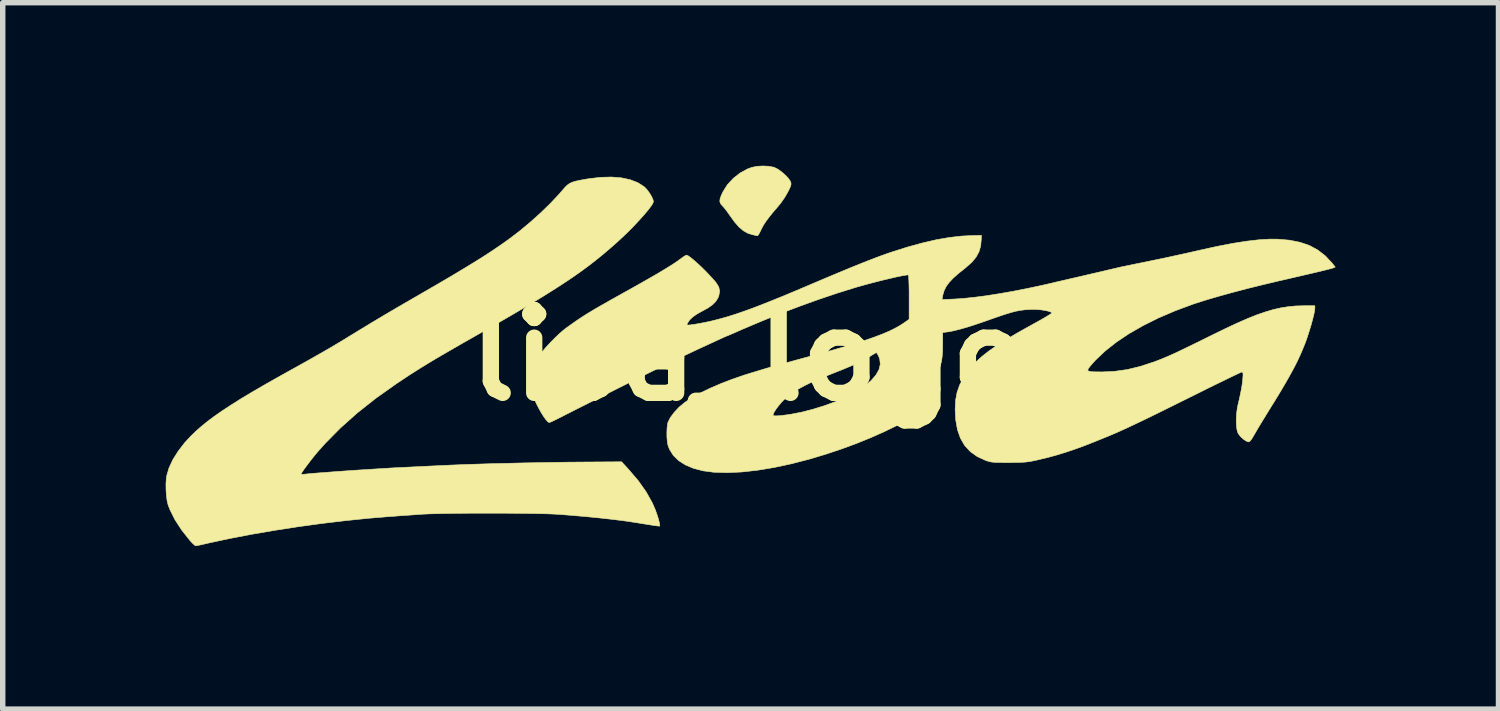
<source format=kicad_pcb>
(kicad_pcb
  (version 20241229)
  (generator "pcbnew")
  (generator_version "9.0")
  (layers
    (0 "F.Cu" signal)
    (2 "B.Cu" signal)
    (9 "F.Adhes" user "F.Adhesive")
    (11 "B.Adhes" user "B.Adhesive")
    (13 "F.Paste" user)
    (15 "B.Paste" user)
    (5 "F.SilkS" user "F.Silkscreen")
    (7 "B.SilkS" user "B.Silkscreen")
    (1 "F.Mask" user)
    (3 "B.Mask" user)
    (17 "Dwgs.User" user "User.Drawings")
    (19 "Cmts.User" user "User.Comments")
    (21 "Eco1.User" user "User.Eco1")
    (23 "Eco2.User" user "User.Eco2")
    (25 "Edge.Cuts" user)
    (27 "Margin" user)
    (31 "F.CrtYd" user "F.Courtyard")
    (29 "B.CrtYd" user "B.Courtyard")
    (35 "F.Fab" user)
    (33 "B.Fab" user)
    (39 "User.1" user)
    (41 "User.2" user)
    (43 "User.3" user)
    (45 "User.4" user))
  (footprint "lisa_logo"
    (layer "F.Cu")
    (at 10.738 3.492)
    (property "Reference" "lisa_logo" (at 0 0 0) (layer "F.SilkS") (effects (font (size 1.524 1.524) (thickness 0.3))))
    (attr through_hole)
    (fp_poly (pts (xy 0.36 -3.482) (xy 0.451 -3.465) (xy 0.464 -3.461) (xy 0.524 -3.431) (xy 0.592 -3.384) (xy 0.659 -3.327) (xy 0.717 -3.267) (xy 0.756 -3.213) (xy 0.762 -3.2) (xy 0.771 -3.173) (xy 0.772 -3.146) (xy 0.763 -3.112) (xy 0.741 -3.063) (xy 0.714 -3.009) (xy 0.658 -2.911) (xy 0.585 -2.807) (xy 0.521 -2.728) (xy 0.43 -2.622) (xy 0.359 -2.533) (xy 0.304 -2.458) (xy 0.26 -2.389) (xy 0.225 -2.323) (xy 0.218 -2.307) (xy 0.192 -2.255) (xy 0.17 -2.217) (xy 0.157 -2.203) (xy 0.156 -2.203) (xy 0.133 -2.207) (xy 0.09 -2.216) (xy 0.074 -2.219) (xy -0.017 -2.246) (xy -0.101 -2.292) (xy -0.183 -2.361) (xy -0.266 -2.455) (xy -0.352 -2.574) (xy -0.397 -2.638) (xy -0.442 -2.698) (xy -0.48 -2.742) (xy -0.489 -2.751) (xy -0.523 -2.79) (xy -0.539 -2.832) (xy -0.534 -2.883) (xy -0.511 -2.949) (xy -0.482 -3.01) (xy -0.4 -3.141) (xy -0.291 -3.259) (xy -0.165 -3.358) (xy -0.027 -3.433) (xy 0.053 -3.462) (xy 0.147 -3.481) (xy 0.254 -3.487) (xy 0.36 -3.482)) (stroke (width 0.01) (type solid)) (fill yes) (layer "F.SilkS"))
    (fp_poly (pts (xy -2.351 -3.269) (xy -2.188 -3.234) (xy -2.048 -3.18) (xy -1.933 -3.106) (xy -1.921 -3.096) (xy -1.874 -3.046) (xy -1.829 -2.983) (xy -1.791 -2.918) (xy -1.767 -2.861) (xy -1.761 -2.83) (xy -1.773 -2.797) (xy -1.807 -2.744) (xy -1.859 -2.676) (xy -1.928 -2.594) (xy -2.009 -2.503) (xy -2.1 -2.405) (xy -2.197 -2.305) (xy -2.299 -2.206) (xy -2.401 -2.111) (xy -2.421 -2.092) (xy -2.548 -1.98) (xy -2.673 -1.873) (xy -2.8 -1.77) (xy -2.93 -1.668) (xy -3.066 -1.567) (xy -3.211 -1.464) (xy -3.366 -1.359) (xy -3.535 -1.249) (xy -3.718 -1.133) (xy -3.92 -1.009) (xy -4.141 -0.877) (xy -4.385 -0.734) (xy -4.653 -0.579) (xy -4.949 -0.41) (xy -5.038 -0.359) (xy -5.253 -0.237) (xy -5.442 -0.128) (xy -5.61 -0.031) (xy -5.759 0.056) (xy -5.894 0.137) (xy -6.018 0.213) (xy -6.136 0.287) (xy -6.252 0.361) (xy -6.368 0.438) (xy -6.49 0.519) (xy -6.491 0.52) (xy -6.867 0.786) (xy -7.211 1.058) (xy -7.523 1.336) (xy -7.804 1.621) (xy -7.944 1.778) (xy -7.992 1.836) (xy -8.045 1.902) (xy -8.099 1.972) (xy -8.151 2.041) (xy -8.195 2.101) (xy -8.227 2.149) (xy -8.245 2.178) (xy -8.247 2.183) (xy -8.231 2.188) (xy -8.191 2.187) (xy -8.141 2.182) (xy -8.092 2.177) (xy -8.015 2.17) (xy -7.912 2.162) (xy -7.789 2.153) (xy -7.649 2.142) (xy -7.497 2.131) (xy -7.338 2.12) (xy -7.176 2.109) (xy -7.016 2.099) (xy -6.861 2.089) (xy -6.716 2.08) (xy -6.586 2.072) (xy -6.474 2.066) (xy -6.473 2.066) (xy -6.223 2.054) (xy -6.004 2.043) (xy -5.812 2.034) (xy -5.644 2.026) (xy -5.496 2.019) (xy -5.365 2.014) (xy -5.248 2.009) (xy -5.19 2.007) (xy -4.965 2) (xy -4.713 1.992) (xy -4.444 1.986) (xy -4.164 1.979) (xy -3.882 1.974) (xy -3.606 1.969) (xy -3.343 1.965) (xy -3.102 1.963) (xy -2.981 1.962) (xy -2.347 1.958) (xy -2.222 2.093) (xy -2.044 2.301) (xy -1.898 2.506) (xy -1.783 2.711) (xy -1.728 2.836) (xy -1.702 2.908) (xy -1.678 2.981) (xy -1.659 3.048) (xy -1.647 3.102) (xy -1.644 3.135) (xy -1.646 3.142) (xy -1.664 3.141) (xy -1.71 3.136) (xy -1.776 3.126) (xy -1.858 3.113) (xy -1.897 3.107) (xy -2.102 3.074) (xy -2.312 3.043) (xy -2.532 3.016) (xy -2.767 2.99) (xy -3.023 2.965) (xy -3.304 2.941) (xy -3.497 2.926) (xy -3.587 2.921) (xy -3.708 2.916) (xy -3.853 2.912) (xy -4.02 2.909) (xy -4.203 2.907) (xy -4.398 2.905) (xy -4.602 2.904) (xy -4.809 2.904) (xy -5.016 2.904) (xy -5.218 2.905) (xy -5.411 2.907) (xy -5.59 2.91) (xy -5.752 2.913) (xy -5.891 2.917) (xy -6.004 2.922) (xy -6.062 2.926) (xy -6.183 2.935) (xy -6.314 2.944) (xy -6.443 2.953) (xy -6.556 2.962) (xy -6.596 2.964) (xy -7.007 2.998) (xy -7.434 3.042) (xy -7.869 3.094) (xy -8.306 3.154) (xy -8.738 3.221) (xy -9.158 3.293) (xy -9.56 3.37) (xy -9.937 3.451) (xy -10.058 3.479) (xy -10.117 3.492) (xy -10.164 3.501) (xy -10.187 3.505) (xy -10.206 3.493) (xy -10.241 3.461) (xy -10.283 3.416) (xy -10.292 3.406) (xy -10.444 3.215) (xy -10.568 3.024) (xy -10.661 2.837) (xy -10.694 2.752) (xy -10.712 2.677) (xy -10.725 2.58) (xy -10.732 2.472) (xy -10.733 2.363) (xy -10.727 2.265) (xy -10.719 2.214) (xy -10.677 2.07) (xy -10.606 1.918) (xy -10.508 1.762) (xy -10.388 1.606) (xy -10.271 1.481) (xy -10.178 1.391) (xy -10.076 1.301) (xy -9.963 1.21) (xy -9.837 1.116) (xy -9.696 1.018) (xy -9.537 0.914) (xy -9.36 0.802) (xy -9.16 0.682) (xy -8.937 0.552) (xy -8.687 0.41) (xy -8.409 0.255) (xy -8.39 0.245) (xy -8.249 0.166) (xy -8.105 0.086) (xy -7.965 0.006) (xy -7.833 -0.069) (xy -7.715 -0.137) (xy -7.617 -0.195) (xy -7.552 -0.234) (xy -7.368 -0.346) (xy -7.208 -0.444) (xy -7.066 -0.53) (xy -6.938 -0.608) (xy -6.818 -0.679) (xy -6.702 -0.749) (xy -6.584 -0.818) (xy -6.46 -0.891) (xy -6.324 -0.97) (xy -6.17 -1.059) (xy -5.995 -1.16) (xy -5.952 -1.185) (xy -5.697 -1.333) (xy -5.469 -1.467) (xy -5.266 -1.589) (xy -5.083 -1.7) (xy -4.919 -1.802) (xy -4.771 -1.898) (xy -4.635 -1.989) (xy -4.509 -2.076) (xy -4.394 -2.159) (xy -4.208 -2.302) (xy -4.019 -2.46) (xy -3.834 -2.626) (xy -3.662 -2.793) (xy -3.509 -2.955) (xy -3.435 -3.04) (xy -3.39 -3.092) (xy -3.35 -3.132) (xy -3.309 -3.162) (xy -3.261 -3.186) (xy -3.2 -3.205) (xy -3.12 -3.223) (xy -3.016 -3.242) (xy -2.955 -3.252) (xy -2.737 -3.278) (xy -2.535 -3.284) (xy -2.351 -3.269)) (stroke (width 0.01) (type solid)) (fill yes) (layer "F.SilkS"))
    (fp_poly (pts (xy 4.274 -2.142) (xy 4.263 -2.016) (xy 4.231 -1.906) (xy 4.177 -1.807) (xy 4.097 -1.712) (xy 3.987 -1.615) (xy 3.976 -1.606) (xy 3.852 -1.507) (xy 3.755 -1.421) (xy 3.682 -1.343) (xy 3.628 -1.269) (xy 3.591 -1.195) (xy 3.568 -1.119) (xy 3.563 -1.094) (xy 3.551 -1.028) (xy 3.786 -1.038) (xy 3.958 -1.05) (xy 4.156 -1.071) (xy 4.378 -1.1) (xy 4.616 -1.138) (xy 4.867 -1.182) (xy 5.126 -1.233) (xy 5.388 -1.289) (xy 5.563 -1.329) (xy 5.663 -1.353) (xy 5.777 -1.379) (xy 5.884 -1.404) (xy 5.927 -1.414) (xy 6.106 -1.455) (xy 6.272 -1.494) (xy 6.424 -1.529) (xy 6.556 -1.56) (xy 6.666 -1.586) (xy 6.749 -1.605) (xy 6.799 -1.617) (xy 6.847 -1.628) (xy 6.921 -1.643) (xy 7.015 -1.663) (xy 7.121 -1.685) (xy 7.232 -1.707) (xy 7.247 -1.71) (xy 7.667 -1.797) (xy 8.082 -1.888) (xy 8.306 -1.939) (xy 8.62 -2.008) (xy 8.905 -2.063) (xy 9.161 -2.103) (xy 9.388 -2.129) (xy 9.587 -2.141) (xy 9.728 -2.14) (xy 9.948 -2.121) (xy 10.143 -2.082) (xy 10.315 -2.023) (xy 10.468 -1.94) (xy 10.605 -1.834) (xy 10.728 -1.703) (xy 10.753 -1.672) (xy 10.789 -1.626) (xy 10.75 -1.61) (xy 10.722 -1.601) (xy 10.667 -1.587) (xy 10.589 -1.567) (xy 10.495 -1.544) (xy 10.388 -1.519) (xy 10.338 -1.507) (xy 10.216 -1.479) (xy 10.092 -1.45) (xy 9.975 -1.423) (xy 9.872 -1.399) (xy 9.792 -1.381) (xy 9.779 -1.378) (xy 9.467 -1.304) (xy 9.171 -1.231) (xy 8.894 -1.158) (xy 8.638 -1.087) (xy 8.409 -1.02) (xy 8.209 -0.956) (xy 8.17 -0.943) (xy 7.844 -0.822) (xy 7.538 -0.691) (xy 7.253 -0.549) (xy 6.991 -0.399) (xy 6.757 -0.242) (xy 6.55 -0.078) (xy 6.374 0.089) (xy 6.315 0.155) (xy 6.271 0.207) (xy 6.243 0.245) (xy 6.234 0.272) (xy 6.247 0.288) (xy 6.284 0.298) (xy 6.349 0.302) (xy 6.443 0.303) (xy 6.495 0.304) (xy 6.728 0.293) (xy 6.963 0.26) (xy 7.205 0.201) (xy 7.46 0.117) (xy 7.578 0.072) (xy 7.642 0.045) (xy 7.707 0.018) (xy 7.775 -0.012) (xy 7.85 -0.046) (xy 7.936 -0.087) (xy 8.035 -0.135) (xy 8.153 -0.192) (xy 8.292 -0.26) (xy 8.456 -0.341) (xy 8.543 -0.384) (xy 8.779 -0.499) (xy 8.989 -0.597) (xy 9.179 -0.68) (xy 9.35 -0.748) (xy 9.507 -0.802) (xy 9.653 -0.845) (xy 9.791 -0.876) (xy 9.926 -0.897) (xy 10.061 -0.91) (xy 10.2 -0.914) (xy 10.223 -0.914) (xy 10.414 -0.914) (xy 10.414 -0.867) (xy 10.409 -0.82) (xy 10.394 -0.747) (xy 10.371 -0.656) (xy 10.343 -0.553) (xy 10.31 -0.446) (xy 10.276 -0.34) (xy 10.242 -0.244) (xy 10.239 -0.235) (xy 10.193 -0.121) (xy 10.145 -0.009) (xy 10.092 0.105) (xy 10.031 0.225) (xy 9.961 0.354) (xy 9.88 0.497) (xy 9.786 0.657) (xy 9.676 0.838) (xy 9.572 1.005) (xy 9.508 1.11) (xy 9.445 1.212) (xy 9.387 1.307) (xy 9.339 1.389) (xy 9.304 1.45) (xy 9.294 1.467) (xy 9.251 1.539) (xy 9.217 1.581) (xy 9.196 1.592) (xy 9.155 1.579) (xy 9.104 1.546) (xy 9.053 1.501) (xy 9.012 1.451) (xy 8.999 1.429) (xy 8.98 1.368) (xy 8.97 1.284) (xy 8.967 1.184) (xy 8.973 1.077) (xy 8.986 0.972) (xy 8.996 0.923) (xy 9.025 0.798) (xy 9.046 0.699) (xy 9.062 0.62) (xy 9.073 0.553) (xy 9.081 0.493) (xy 9.087 0.436) (xy 9.092 0.369) (xy 9.091 0.329) (xy 9.085 0.31) (xy 9.073 0.305) (xy 9.072 0.305) (xy 9.053 0.312) (xy 9.006 0.333) (xy 8.934 0.367) (xy 8.84 0.412) (xy 8.728 0.467) (xy 8.598 0.53) (xy 8.455 0.6) (xy 8.301 0.677) (xy 8.168 0.743) (xy 7.928 0.862) (xy 7.716 0.967) (xy 7.528 1.06) (xy 7.363 1.141) (xy 7.217 1.211) (xy 7.087 1.273) (xy 6.972 1.327) (xy 6.867 1.375) (xy 6.772 1.418) (xy 6.682 1.456) (xy 6.627 1.48) (xy 6.395 1.574) (xy 6.188 1.656) (xy 6 1.725) (xy 5.824 1.784) (xy 5.654 1.836) (xy 5.486 1.882) (xy 5.312 1.923) (xy 5.309 1.924) (xy 5.231 1.941) (xy 5.164 1.953) (xy 5.1 1.962) (xy 5.029 1.967) (xy 4.943 1.97) (xy 4.836 1.971) (xy 4.784 1.971) (xy 4.669 1.971) (xy 4.583 1.97) (xy 4.518 1.968) (xy 4.467 1.963) (xy 4.426 1.955) (xy 4.388 1.944) (xy 4.352 1.932) (xy 4.199 1.861) (xy 4.071 1.77) (xy 3.968 1.658) (xy 3.89 1.523) (xy 3.835 1.366) (xy 3.803 1.184) (xy 3.793 0.993) (xy 3.801 0.827) (xy 3.828 0.681) (xy 3.875 0.546) (xy 3.946 0.41) (xy 4.001 0.326) (xy 4.078 0.225) (xy 4.17 0.125) (xy 4.279 0.025) (xy 4.408 -0.077) (xy 4.56 -0.183) (xy 4.736 -0.295) (xy 4.94 -0.415) (xy 5.113 -0.512) (xy 5.252 -0.589) (xy 5.364 -0.651) (xy 5.449 -0.7) (xy 5.51 -0.737) (xy 5.549 -0.762) (xy 5.568 -0.778) (xy 5.571 -0.783) (xy 5.555 -0.798) (xy 5.513 -0.813) (xy 5.452 -0.827) (xy 5.378 -0.838) (xy 5.299 -0.845) (xy 5.241 -0.847) (xy 5.156 -0.845) (xy 5.077 -0.84) (xy 5 -0.83) (xy 4.918 -0.815) (xy 4.828 -0.792) (xy 4.723 -0.76) (xy 4.599 -0.719) (xy 4.45 -0.667) (xy 4.386 -0.644) (xy 4.206 -0.582) (xy 4.041 -0.528) (xy 3.895 -0.486) (xy 3.77 -0.454) (xy 3.672 -0.435) (xy 3.657 -0.433) (xy 3.564 -0.422) (xy 3.563 -0.19) (xy 3.562 -0.1) (xy 3.558 -0.024) (xy 3.551 0.045) (xy 3.54 0.114) (xy 3.521 0.188) (xy 3.496 0.276) (xy 3.461 0.383) (xy 3.421 0.5) (xy 3.391 0.591) (xy 3.364 0.676) (xy 3.343 0.748) (xy 3.33 0.799) (xy 3.328 0.81) (xy 3.311 0.863) (xy 3.277 0.916) (xy 3.222 0.972) (xy 3.142 1.035) (xy 3.073 1.083) (xy 2.904 1.189) (xy 2.705 1.298) (xy 2.481 1.407) (xy 2.237 1.515) (xy 1.978 1.62) (xy 1.707 1.72) (xy 1.429 1.813) (xy 1.149 1.898) (xy 1.126 1.905) (xy 0.786 1.993) (xy 0.46 2.063) (xy 0.15 2.114) (xy -0.14 2.146) (xy -0.408 2.158) (xy -0.652 2.15) (xy -0.654 2.15) (xy -0.849 2.124) (xy -1.022 2.079) (xy -1.172 2.016) (xy -1.297 1.936) (xy -1.395 1.84) (xy -1.465 1.729) (xy -1.493 1.654) (xy -1.505 1.589) (xy -1.512 1.505) (xy -1.513 1.415) (xy -1.509 1.329) (xy -1.5 1.259) (xy -1.493 1.232) (xy -1.449 1.143) (xy -1.418 1.102) (xy 0.44 1.102) (xy 0.456 1.111) (xy 0.504 1.113) (xy 0.581 1.108) (xy 0.685 1.095) (xy 0.779 1.081) (xy 0.97 1.044) (xy 1.175 0.991) (xy 1.382 0.927) (xy 1.58 0.855) (xy 1.76 0.779) (xy 1.814 0.753) (xy 1.989 0.656) (xy 2.135 0.558) (xy 2.251 0.458) (xy 2.337 0.358) (xy 2.392 0.259) (xy 2.415 0.162) (xy 2.405 0.067) (xy 2.39 0.028) (xy 2.368 -0.017) (xy 2.35 -0.046) (xy 2.343 -0.051) (xy 2.324 -0.042) (xy 2.284 -0.019) (xy 2.233 0.013) (xy 2.228 0.016) (xy 2.157 0.06) (xy 2.074 0.104) (xy 1.977 0.15) (xy 1.859 0.202) (xy 1.717 0.261) (xy 1.605 0.305) (xy 1.423 0.378) (xy 1.268 0.442) (xy 1.137 0.5) (xy 1.026 0.554) (xy 0.93 0.606) (xy 0.845 0.657) (xy 0.766 0.711) (xy 0.718 0.747) (xy 0.659 0.798) (xy 0.598 0.861) (xy 0.541 0.929) (xy 0.492 0.995) (xy 0.457 1.052) (xy 0.441 1.095) (xy 0.44 1.102) (xy -1.418 1.102) (xy -1.378 1.048) (xy -1.288 0.952) (xy -1.183 0.865) (xy -1.058 0.781) (xy -0.904 0.695) (xy -0.725 0.608) (xy -0.527 0.522) (xy -0.312 0.439) (xy -0.086 0.361) (xy 0.047 0.32) (xy 0.123 0.297) (xy 0.209 0.271) (xy 0.267 0.253) (xy 0.299 0.244) (xy 0.335 0.233) (xy 0.378 0.221) (xy 0.431 0.206) (xy 0.498 0.187) (xy 0.58 0.165) (xy 0.682 0.137) (xy 0.805 0.103) (xy 0.954 0.062) (xy 1.131 0.014) (xy 1.236 -0.014) (xy 1.508 -0.089) (xy 1.749 -0.158) (xy 1.961 -0.222) (xy 2.148 -0.282) (xy 2.311 -0.339) (xy 2.453 -0.393) (xy 2.576 -0.445) (xy 2.682 -0.497) (xy 2.775 -0.549) (xy 2.849 -0.597) (xy 2.946 -0.665) (xy 2.946 -1.068) (xy 2.946 -1.182) (xy 2.944 -1.284) (xy 2.941 -1.369) (xy 2.938 -1.433) (xy 2.934 -1.472) (xy 2.931 -1.481) (xy 2.908 -1.481) (xy 2.857 -1.473) (xy 2.781 -1.459) (xy 2.687 -1.439) (xy 2.578 -1.413) (xy 2.458 -1.385) (xy 2.333 -1.353) (xy 2.206 -1.32) (xy 2.082 -1.286) (xy 1.965 -1.253) (xy 1.93 -1.242) (xy 1.616 -1.144) (xy 1.281 -1.031) (xy 0.934 -0.906) (xy 0.583 -0.773) (xy 0.238 -0.634) (xy -0.093 -0.494) (xy -0.124 -0.481) (xy -0.214 -0.441) (xy -0.294 -0.406) (xy -0.357 -0.379) (xy -0.398 -0.362) (xy -0.414 -0.356) (xy -0.431 -0.349) (xy -0.471 -0.331) (xy -0.53 -0.304) (xy -0.587 -0.278) (xy -0.662 -0.243) (xy -0.732 -0.211) (xy -0.788 -0.185) (xy -0.812 -0.174) (xy -0.874 -0.146) (xy -0.959 -0.106) (xy -1.061 -0.058) (xy -1.173 -0.005) (xy -1.288 0.05) (xy -1.399 0.103) (xy -1.414 0.11) (xy -1.478 0.141) (xy -1.569 0.186) (xy -1.683 0.242) (xy -1.815 0.307) (xy -1.962 0.38) (xy -2.12 0.459) (xy -2.285 0.541) (xy -2.453 0.625) (xy -2.621 0.71) (xy -2.784 0.792) (xy -2.94 0.87) (xy -3.083 0.942) (xy -3.21 1.006) (xy -3.318 1.061) (xy -3.402 1.103) (xy -3.425 1.116) (xy -3.507 1.157) (xy -3.579 1.193) (xy -3.635 1.219) (xy -3.671 1.234) (xy -3.679 1.236) (xy -3.705 1.221) (xy -3.741 1.181) (xy -3.784 1.121) (xy -3.83 1.047) (xy -3.876 0.964) (xy -3.919 0.879) (xy -3.955 0.796) (xy -3.982 0.722) (xy -3.987 0.703) (xy -4.011 0.546) (xy -4.003 0.385) (xy -3.965 0.223) (xy -3.898 0.068) (xy -3.858 0) (xy -3.809 -0.067) (xy -3.74 -0.148) (xy -3.658 -0.237) (xy -3.571 -0.325) (xy -3.484 -0.407) (xy -3.406 -0.474) (xy -3.37 -0.502) (xy -3.287 -0.561) (xy -3.212 -0.615) (xy -3.14 -0.664) (xy -3.069 -0.711) (xy -2.994 -0.759) (xy -2.911 -0.809) (xy -2.818 -0.865) (xy -2.709 -0.927) (xy -2.583 -0.999) (xy -2.435 -1.082) (xy -2.261 -1.179) (xy -2.235 -1.193) (xy -2.02 -1.314) (xy -1.832 -1.421) (xy -1.671 -1.514) (xy -1.535 -1.596) (xy -1.422 -1.666) (xy -1.33 -1.727) (xy -1.258 -1.779) (xy -1.234 -1.797) (xy -1.192 -1.826) (xy -1.16 -1.844) (xy -1.151 -1.846) (xy -1.122 -1.834) (xy -1.075 -1.801) (xy -1.014 -1.751) (xy -0.942 -1.687) (xy -0.865 -1.615) (xy -0.787 -1.537) (xy -0.712 -1.458) (xy -0.643 -1.382) (xy -0.605 -1.336) (xy -0.558 -1.26) (xy -0.542 -1.184) (xy -0.556 -1.102) (xy -0.573 -1.058) (xy -0.614 -0.992) (xy -0.674 -0.932) (xy -0.759 -0.872) (xy -0.853 -0.821) (xy -0.959 -0.762) (xy -1.037 -0.708) (xy -1.093 -0.654) (xy -1.123 -0.611) (xy -1.142 -0.577) (xy -1.143 -0.562) (xy -1.123 -0.559) (xy -1.114 -0.559) (xy -1.07 -0.563) (xy -1 -0.573) (xy -0.914 -0.588) (xy -0.819 -0.606) (xy -0.723 -0.626) (xy -0.644 -0.645) (xy -0.518 -0.678) (xy -0.388 -0.715) (xy -0.251 -0.758) (xy -0.105 -0.808) (xy 0.055 -0.866) (xy 0.23 -0.933) (xy 0.424 -1.01) (xy 0.641 -1.098) (xy 0.882 -1.199) (xy 1.118 -1.299) (xy 1.396 -1.417) (xy 1.646 -1.522) (xy 1.868 -1.614) (xy 2.066 -1.694) (xy 2.239 -1.762) (xy 2.391 -1.82) (xy 2.524 -1.868) (xy 2.602 -1.895) (xy 2.907 -1.992) (xy 3.187 -2.069) (xy 3.445 -2.129) (xy 3.687 -2.171) (xy 3.914 -2.197) (xy 4.098 -2.206) (xy 4.276 -2.21) (xy 4.274 -2.142)) (stroke (width 0.01) (type solid)) (fill yes) (layer "F.SilkS")))
  (gr_rect
    (start -3 -3)
    (end 24.532 10.002)
    (stroke (width 0.1) (type default))
    (fill no)
    (layer "Edge.Cuts")))
</source>
